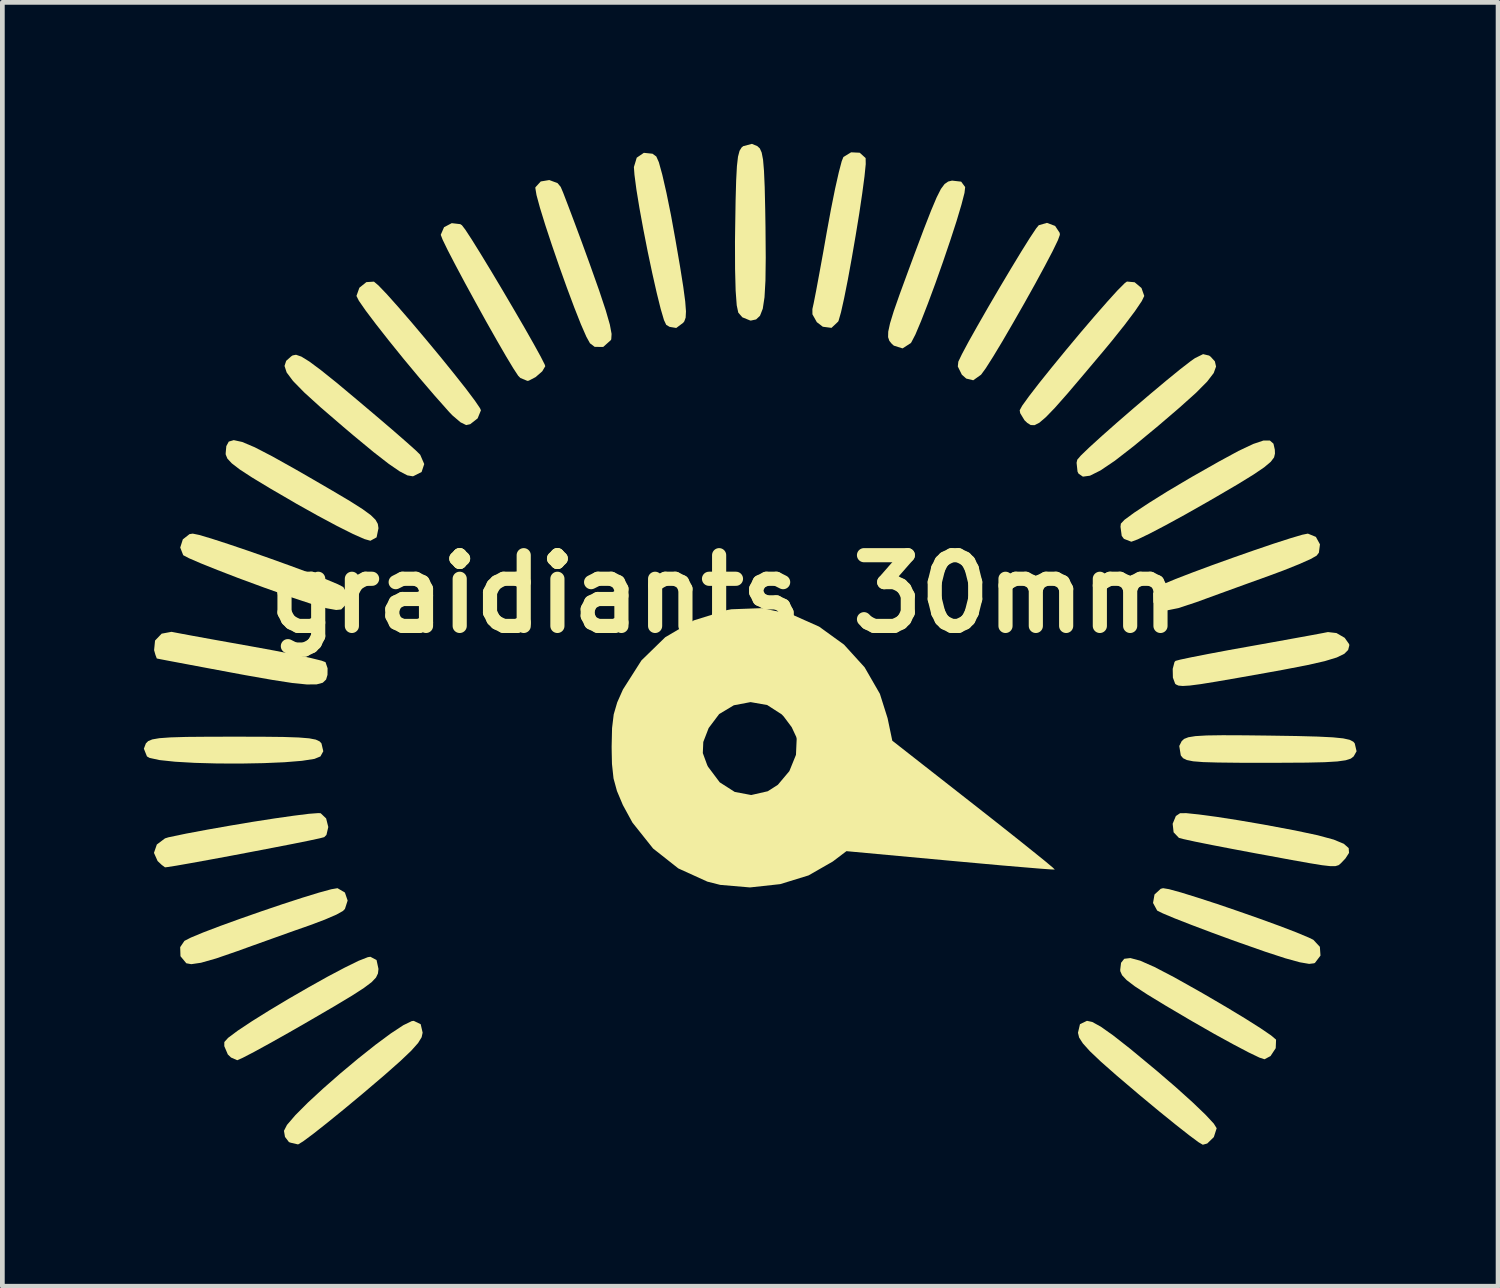
<source format=kicad_pcb>
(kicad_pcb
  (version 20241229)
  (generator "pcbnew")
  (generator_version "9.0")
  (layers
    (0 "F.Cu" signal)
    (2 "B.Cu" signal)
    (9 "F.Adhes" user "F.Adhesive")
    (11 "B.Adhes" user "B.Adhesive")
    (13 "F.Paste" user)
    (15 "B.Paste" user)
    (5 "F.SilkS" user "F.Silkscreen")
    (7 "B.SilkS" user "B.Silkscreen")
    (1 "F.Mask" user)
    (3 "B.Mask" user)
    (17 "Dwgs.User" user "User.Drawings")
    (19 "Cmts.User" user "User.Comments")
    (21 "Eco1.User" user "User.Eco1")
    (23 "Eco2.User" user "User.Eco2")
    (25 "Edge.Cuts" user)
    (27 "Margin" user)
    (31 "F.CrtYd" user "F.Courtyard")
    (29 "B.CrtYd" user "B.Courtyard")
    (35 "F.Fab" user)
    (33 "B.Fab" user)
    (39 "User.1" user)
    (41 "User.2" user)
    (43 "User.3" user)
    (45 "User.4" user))
  (footprint "graidiants 30mm"
    (layer "F.Cu")
    (at 12.303 9.542)
    (property "Reference" "graidiants 30mm" (at 0 0 0) (layer "F.SilkS") (effects (font (size 1.5 1.5) (thickness 0.3))))
    (attr board_only exclude_from_pos_files exclude_from_bom)
    (fp_poly (pts (xy -7.33 -6.541) (xy -7.151 -6.354) (xy -6.91 -6.084) (xy -6.626 -5.756) (xy -6.321 -5.394) (xy -6.013 -5.023) (xy -5.725 -4.667) (xy -5.475 -4.351) (xy -5.286 -4.099) (xy -5.176 -3.937) (xy -5.157 -3.893) (xy -5.227 -3.722) (xy -5.384 -3.599) (xy -5.47 -3.58) (xy -5.59 -3.639) (xy -5.762 -3.786) (xy -5.83 -3.857) (xy -6.138 -4.204) (xy -6.466 -4.587) (xy -6.795 -4.982) (xy -7.106 -5.367) (xy -7.38 -5.716) (xy -7.6 -6.007) (xy -7.745 -6.216) (xy -7.796 -6.318) (xy -7.734 -6.492) (xy -7.586 -6.611) (xy -7.425 -6.621)) (stroke (width 0) (type solid)) (fill yes) (layer "F.SilkS"))
    (fp_poly (pts (xy -11.131 -1.251) (xy -10.868 -1.173) (xy -10.511 -1.057) (xy -10.091 -0.915) (xy -9.641 -0.757) (xy -9.194 -0.596) (xy -8.781 -0.443) (xy -8.435 -0.309) (xy -8.188 -0.205) (xy -8.076 -0.147) (xy -7.978 0.019) (xy -8.005 0.21) (xy -8.119 0.329) (xy -8.226 0.34) (xy -8.428 0.304) (xy -8.74 0.215) (xy -9.178 0.07) (xy -9.757 -0.136) (xy -9.819 -0.159) (xy -10.307 -0.339) (xy -10.742 -0.507) (xy -11.098 -0.65) (xy -11.348 -0.758) (xy -11.466 -0.82) (xy -11.469 -0.822) (xy -11.532 -0.984) (xy -11.477 -1.157) (xy -11.336 -1.268) (xy -11.267 -1.279)) (stroke (width 0) (type solid)) (fill yes) (layer "F.SilkS"))
    (fp_poly (pts (xy -9.798 3.027) (xy -9.346 3.032) (xy -9.02 3.043) (xy -8.798 3.061) (xy -8.658 3.088) (xy -8.577 3.126) (xy -8.538 3.168) (xy -8.499 3.335) (xy -8.56 3.445) (xy -8.687 3.497) (xy -8.953 3.538) (xy -9.324 3.568) (xy -9.768 3.587) (xy -10.255 3.596) (xy -10.75 3.594) (xy -11.223 3.581) (xy -11.64 3.557) (xy -11.971 3.522) (xy -12.182 3.476) (xy -12.237 3.445) (xy -12.303 3.281) (xy -12.26 3.168) (xy -12.212 3.12) (xy -12.125 3.084) (xy -11.975 3.058) (xy -11.74 3.041) (xy -11.398 3.031) (xy -10.927 3.027) (xy -10.399 3.026)) (stroke (width 0) (type solid)) (fill yes) (layer "F.SilkS"))
    (fp_poly (pts (xy -8.964 -5.032) (xy -8.794 -4.927) (xy -8.548 -4.744) (xy -8.209 -4.472) (xy -7.781 -4.114) (xy -7.387 -3.781) (xy -7.033 -3.479) (xy -6.743 -3.226) (xy -6.539 -3.044) (xy -6.445 -2.952) (xy -6.359 -2.754) (xy -6.415 -2.585) (xy -6.592 -2.496) (xy -6.606 -2.495) (xy -6.717 -2.514) (xy -6.88 -2.599) (xy -7.113 -2.759) (xy -7.431 -3.006) (xy -7.851 -3.353) (xy -8.081 -3.548) (xy -8.554 -3.955) (xy -8.903 -4.272) (xy -9.14 -4.514) (xy -9.276 -4.696) (xy -9.321 -4.834) (xy -9.286 -4.942) (xy -9.181 -5.036) (xy -9.149 -5.057) (xy -9.077 -5.071)) (stroke (width 0) (type solid)) (fill yes) (layer "F.SilkS"))
    (fp_poly (pts (xy -3.533 -8.71) (xy -3.466 -8.63) (xy -3.413 -8.505) (xy -3.314 -8.247) (xy -3.178 -7.887) (xy -3.016 -7.451) (xy -2.852 -7) (xy -2.652 -6.437) (xy -2.511 -6.013) (xy -2.424 -5.711) (xy -2.387 -5.512) (xy -2.394 -5.399) (xy -2.403 -5.381) (xy -2.564 -5.237) (xy -2.745 -5.238) (xy -2.845 -5.314) (xy -2.922 -5.453) (xy -3.037 -5.716) (xy -3.178 -6.073) (xy -3.335 -6.493) (xy -3.497 -6.945) (xy -3.653 -7.398) (xy -3.793 -7.822) (xy -3.905 -8.185) (xy -3.979 -8.457) (xy -4.004 -8.608) (xy -4.002 -8.621) (xy -3.889 -8.745) (xy -3.708 -8.775)) (stroke (width 0) (type solid)) (fill yes) (layer "F.SilkS"))
    (fp_poly (pts (xy -1.519 -9.333) (xy -1.439 -9.274) (xy -1.385 -9.153) (xy -1.312 -8.888) (xy -1.224 -8.504) (xy -1.127 -8.026) (xy -1.034 -7.513) (xy -0.935 -6.938) (xy -0.867 -6.509) (xy -0.826 -6.201) (xy -0.81 -5.991) (xy -0.817 -5.858) (xy -0.846 -5.778) (xy -0.87 -5.748) (xy -1.016 -5.639) (xy -1.156 -5.662) (xy -1.228 -5.704) (xy -1.276 -5.805) (xy -1.346 -6.043) (xy -1.431 -6.386) (xy -1.525 -6.802) (xy -1.622 -7.261) (xy -1.714 -7.73) (xy -1.796 -8.178) (xy -1.861 -8.575) (xy -1.902 -8.887) (xy -1.914 -9.05) (xy -1.854 -9.249) (xy -1.703 -9.352)) (stroke (width 0) (type solid)) (fill yes) (layer "F.SilkS"))
    (fp_poly (pts (xy 7.803 9.074) (xy 7.983 9.173) (xy 8.245 9.358) (xy 8.603 9.639) (xy 9.069 10.025) (xy 9.162 10.102) (xy 9.577 10.459) (xy 9.93 10.777) (xy 10.204 11.04) (xy 10.38 11.229) (xy 10.441 11.327) (xy 10.381 11.515) (xy 10.241 11.651) (xy 10.147 11.677) (xy 10.057 11.624) (xy 9.859 11.477) (xy 9.574 11.253) (xy 9.223 10.969) (xy 8.829 10.642) (xy 8.779 10.6) (xy 8.324 10.213) (xy 7.988 9.917) (xy 7.753 9.694) (xy 7.604 9.528) (xy 7.525 9.405) (xy 7.501 9.306) (xy 7.501 9.301) (xy 7.543 9.121) (xy 7.691 9.05)) (stroke (width 0) (type solid)) (fill yes) (layer "F.SilkS"))
    (fp_poly (pts (xy 10.28 -5.054) (xy 10.314 -5.029) (xy 10.403 -4.931) (xy 10.428 -4.821) (xy 10.378 -4.683) (xy 10.24 -4.503) (xy 10.003 -4.264) (xy 9.654 -3.951) (xy 9.2 -3.562) (xy 8.687 -3.138) (xy 8.284 -2.825) (xy 7.977 -2.618) (xy 7.755 -2.507) (xy 7.605 -2.487) (xy 7.513 -2.55) (xy 7.491 -2.594) (xy 7.471 -2.781) (xy 7.486 -2.847) (xy 7.562 -2.935) (xy 7.744 -3.11) (xy 8.008 -3.35) (xy 8.328 -3.633) (xy 8.679 -3.937) (xy 9.036 -4.241) (xy 9.374 -4.524) (xy 9.667 -4.763) (xy 9.891 -4.936) (xy 9.979 -4.998) (xy 10.153 -5.084)) (stroke (width 0) (type solid)) (fill yes) (layer "F.SilkS"))
    (fp_poly (pts (xy 12.544 -1.21) (xy 12.631 -1.052) (xy 12.608 -0.874) (xy 12.56 -0.812) (xy 12.435 -0.741) (xy 12.188 -0.631) (xy 11.856 -0.498) (xy 11.549 -0.384) (xy 11.099 -0.222) (xy 10.625 -0.05) (xy 10.2 0.105) (xy 10.011 0.174) (xy 9.63 0.3) (xy 9.376 0.351) (xy 9.227 0.331) (xy 9.222 0.328) (xy 9.099 0.179) (xy 9.094 -0.013) (xy 9.184 -0.145) (xy 9.313 -0.21) (xy 9.57 -0.317) (xy 9.923 -0.453) (xy 10.34 -0.608) (xy 10.788 -0.769) (xy 11.236 -0.926) (xy 11.651 -1.067) (xy 12.002 -1.18) (xy 12.255 -1.255) (xy 12.375 -1.279)) (stroke (width 0) (type solid)) (fill yes) (layer "F.SilkS"))
    (fp_poly (pts (xy -8.555 4.649) (xy -8.439 4.759) (xy -8.393 4.941) (xy -8.432 5.108) (xy -8.48 5.156) (xy -8.576 5.181) (xy -8.809 5.231) (xy -9.146 5.299) (xy -9.558 5.379) (xy -10.011 5.466) (xy -10.475 5.554) (xy -10.918 5.636) (xy -11.309 5.707) (xy -11.617 5.761) (xy -11.809 5.791) (xy -11.855 5.796) (xy -11.925 5.744) (xy -12.012 5.662) (xy -12.089 5.489) (xy -12.028 5.312) (xy -11.855 5.182) (xy -11.781 5.159) (xy -11.407 5.081) (xy -10.964 4.998) (xy -10.482 4.913) (xy -9.994 4.831) (xy -9.531 4.759) (xy -9.123 4.701) (xy -8.804 4.661) (xy -8.603 4.646)) (stroke (width 0) (type solid)) (fill yes) (layer "F.SilkS"))
    (fp_poly (pts (xy -8.196 6.239) (xy -8.041 6.33) (xy -7.983 6.5) (xy -8.04 6.677) (xy -8.082 6.721) (xy -8.22 6.798) (xy -8.468 6.905) (xy -8.773 7.02) (xy -8.79 7.026) (xy -9.121 7.142) (xy -9.549 7.295) (xy -10.01 7.46) (xy -10.317 7.571) (xy -10.772 7.728) (xy -11.092 7.819) (xy -11.298 7.849) (xy -11.403 7.83) (xy -11.527 7.68) (xy -11.533 7.488) (xy -11.443 7.355) (xy -11.306 7.285) (xy -11.044 7.176) (xy -10.687 7.04) (xy -10.267 6.888) (xy -9.816 6.73) (xy -9.365 6.577) (xy -8.946 6.441) (xy -8.591 6.332) (xy -8.331 6.261) (xy -8.198 6.238)) (stroke (width 0) (type solid)) (fill yes) (layer "F.SilkS"))
    (fp_poly (pts (xy -6.434 9.122) (xy -6.393 9.301) (xy -6.414 9.398) (xy -6.489 9.52) (xy -6.633 9.682) (xy -6.863 9.901) (xy -7.193 10.193) (xy -7.64 10.574) (xy -7.671 10.6) (xy -8.069 10.931) (xy -8.425 11.22) (xy -8.718 11.451) (xy -8.927 11.606) (xy -9.031 11.669) (xy -9.035 11.67) (xy -9.19 11.634) (xy -9.227 11.621) (xy -9.311 11.511) (xy -9.333 11.382) (xy -9.269 11.257) (xy -9.092 11.051) (xy -8.828 10.786) (xy -8.501 10.484) (xy -8.137 10.165) (xy -7.76 9.85) (xy -7.395 9.56) (xy -7.067 9.317) (xy -6.801 9.142) (xy -6.623 9.056) (xy -6.581 9.051)) (stroke (width 0) (type solid)) (fill yes) (layer "F.SilkS"))
    (fp_poly (pts (xy 2.874 -9.354) (xy 2.997 -9.242) (xy 2.999 -9.236) (xy 3.001 -9.113) (xy 2.975 -8.854) (xy 2.927 -8.493) (xy 2.863 -8.061) (xy 2.786 -7.591) (xy 2.704 -7.115) (xy 2.622 -6.665) (xy 2.544 -6.273) (xy 2.477 -5.973) (xy 2.426 -5.795) (xy 2.417 -5.775) (xy 2.275 -5.641) (xy 2.091 -5.665) (xy 1.964 -5.762) (xy 1.871 -5.928) (xy 1.87 -6.039) (xy 1.898 -6.166) (xy 1.95 -6.431) (xy 2.019 -6.803) (xy 2.101 -7.252) (xy 2.174 -7.666) (xy 2.264 -8.155) (xy 2.351 -8.589) (xy 2.43 -8.939) (xy 2.492 -9.175) (xy 2.528 -9.264) (xy 2.691 -9.363)) (stroke (width 0) (type solid)) (fill yes) (layer "F.SilkS"))
    (fp_poly (pts (xy 7.016 -7.802) (xy 7.113 -7.655) (xy 7.117 -7.614) (xy 7.076 -7.501) (xy 6.964 -7.269) (xy 6.796 -6.949) (xy 6.59 -6.569) (xy 6.361 -6.159) (xy 6.125 -5.746) (xy 5.9 -5.359) (xy 5.701 -5.029) (xy 5.544 -4.782) (xy 5.446 -4.648) (xy 5.442 -4.645) (xy 5.28 -4.53) (xy 5.132 -4.566) (xy 5.039 -4.648) (xy 4.953 -4.822) (xy 4.964 -4.925) (xy 5.041 -5.085) (xy 5.183 -5.351) (xy 5.376 -5.694) (xy 5.6 -6.085) (xy 5.84 -6.495) (xy 6.079 -6.896) (xy 6.298 -7.257) (xy 6.482 -7.551) (xy 6.613 -7.748) (xy 6.669 -7.817) (xy 6.843 -7.867)) (stroke (width 0) (type solid)) (fill yes) (layer "F.SilkS"))
    (fp_poly (pts (xy 8.702 -6.608) (xy 8.847 -6.486) (xy 8.906 -6.318) (xy 8.853 -6.208) (xy 8.708 -5.994) (xy 8.489 -5.703) (xy 8.216 -5.361) (xy 8.047 -5.157) (xy 7.612 -4.641) (xy 7.273 -4.242) (xy 7.015 -3.95) (xy 6.822 -3.75) (xy 6.682 -3.63) (xy 6.578 -3.578) (xy 6.498 -3.581) (xy 6.427 -3.625) (xy 6.367 -3.682) (xy 6.276 -3.832) (xy 6.265 -3.894) (xy 6.318 -3.991) (xy 6.463 -4.192) (xy 6.679 -4.472) (xy 6.948 -4.807) (xy 7.247 -5.172) (xy 7.556 -5.542) (xy 7.856 -5.893) (xy 8.126 -6.201) (xy 8.344 -6.441) (xy 8.492 -6.589) (xy 8.539 -6.623)) (stroke (width 0) (type solid)) (fill yes) (layer "F.SilkS"))
    (fp_poly (pts (xy 8.82 7.775) (xy 9.123 7.909) (xy 9.536 8.124) (xy 10.074 8.426) (xy 10.196 8.496) (xy 10.647 8.76) (xy 11.046 9.001) (xy 11.37 9.206) (xy 11.594 9.359) (xy 11.697 9.446) (xy 11.7 9.451) (xy 11.693 9.63) (xy 11.583 9.797) (xy 11.455 9.865) (xy 11.348 9.83) (xy 11.119 9.72) (xy 10.792 9.548) (xy 10.391 9.328) (xy 9.942 9.071) (xy 9.866 9.027) (xy 9.354 8.725) (xy 8.973 8.493) (xy 8.705 8.318) (xy 8.532 8.186) (xy 8.436 8.084) (xy 8.398 7.999) (xy 8.396 7.968) (xy 8.414 7.82) (xy 8.481 7.735) (xy 8.611 7.719)) (stroke (width 0) (type solid)) (fill yes) (layer "F.SilkS"))
    (fp_poly (pts (xy 9.431 6.259) (xy 9.686 6.329) (xy 10.036 6.438) (xy 10.452 6.573) (xy 10.9 6.726) (xy 11.35 6.884) (xy 11.77 7.037) (xy 12.128 7.174) (xy 12.393 7.285) (xy 12.49 7.332) (xy 12.629 7.481) (xy 12.642 7.667) (xy 12.526 7.82) (xy 12.508 7.83) (xy 12.402 7.843) (xy 12.204 7.809) (xy 11.896 7.724) (xy 11.465 7.583) (xy 10.893 7.382) (xy 10.825 7.358) (xy 10.339 7.18) (xy 9.905 7.016) (xy 9.549 6.877) (xy 9.299 6.772) (xy 9.182 6.714) (xy 9.18 6.713) (xy 9.092 6.551) (xy 9.123 6.372) (xy 9.255 6.251) (xy 9.305 6.238)) (stroke (width 0) (type solid)) (fill yes) (layer "F.SilkS"))
    (fp_poly (pts (xy -11.692 0.808) (xy -11.55 0.835) (xy -11.271 0.887) (xy -10.887 0.957) (xy -10.429 1.039) (xy -10.015 1.113) (xy -9.529 1.202) (xy -9.101 1.286) (xy -8.76 1.359) (xy -8.534 1.415) (xy -8.452 1.446) (xy -8.408 1.576) (xy -8.41 1.716) (xy -8.44 1.815) (xy -8.51 1.882) (xy -8.639 1.917) (xy -8.848 1.919) (xy -9.156 1.888) (xy -9.582 1.822) (xy -10.145 1.723) (xy -10.484 1.66) (xy -10.971 1.569) (xy -11.396 1.489) (xy -11.731 1.426) (xy -11.951 1.384) (xy -12.029 1.368) (xy -12.057 1.294) (xy -12.086 1.192) (xy -12.066 0.988) (xy -11.926 0.842) (xy -11.718 0.803)) (stroke (width 0) (type solid)) (fill yes) (layer "F.SilkS"))
    (fp_poly (pts (xy 0.703 -9.494) (xy 0.756 -9.445) (xy 0.795 -9.357) (xy 0.824 -9.207) (xy 0.844 -8.971) (xy 0.859 -8.626) (xy 0.87 -8.15) (xy 0.876 -7.766) (xy 0.881 -7.13) (xy 0.875 -6.644) (xy 0.855 -6.29) (xy 0.818 -6.047) (xy 0.759 -5.897) (xy 0.677 -5.82) (xy 0.567 -5.796) (xy 0.554 -5.796) (xy 0.385 -5.865) (xy 0.299 -5.964) (xy 0.266 -6.119) (xy 0.243 -6.43) (xy 0.231 -6.885) (xy 0.229 -7.469) (xy 0.233 -7.766) (xy 0.242 -8.339) (xy 0.254 -8.766) (xy 0.27 -9.068) (xy 0.293 -9.27) (xy 0.326 -9.395) (xy 0.37 -9.466) (xy 0.405 -9.494) (xy 0.588 -9.542)) (stroke (width 0) (type solid)) (fill yes) (layer "F.SilkS"))
    (fp_poly (pts (xy 11.645 -3.186) (xy 11.674 -3.058) (xy 11.677 -2.976) (xy 11.658 -2.895) (xy 11.588 -2.802) (xy 11.449 -2.685) (xy 11.222 -2.531) (xy 10.889 -2.326) (xy 10.431 -2.058) (xy 10.23 -1.942) (xy 9.775 -1.684) (xy 9.362 -1.458) (xy 9.018 -1.278) (xy 8.767 -1.157) (xy 8.635 -1.108) (xy 8.629 -1.108) (xy 8.475 -1.168) (xy 8.428 -1.231) (xy 8.402 -1.424) (xy 8.41 -1.491) (xy 8.489 -1.574) (xy 8.695 -1.725) (xy 9.004 -1.929) (xy 9.393 -2.172) (xy 9.839 -2.437) (xy 9.925 -2.487) (xy 10.478 -2.801) (xy 10.902 -3.031) (xy 11.214 -3.179) (xy 11.431 -3.252) (xy 11.569 -3.252)) (stroke (width 0) (type solid)) (fill yes) (layer "F.SilkS"))
    (fp_poly (pts (xy -10.218 -3.222) (xy -9.953 -3.11) (xy -9.582 -2.918) (xy -9.092 -2.644) (xy -8.817 -2.486) (xy -8.311 -2.192) (xy -7.933 -1.968) (xy -7.667 -1.799) (xy -7.492 -1.671) (xy -7.391 -1.571) (xy -7.343 -1.485) (xy -7.33 -1.399) (xy -7.33 -1.389) (xy -7.369 -1.2) (xy -7.5 -1.128) (xy -7.501 -1.128) (xy -7.625 -1.163) (xy -7.87 -1.271) (xy -8.21 -1.442) (xy -8.619 -1.661) (xy -9.073 -1.915) (xy -9.12 -1.943) (xy -9.629 -2.239) (xy -10.006 -2.467) (xy -10.27 -2.639) (xy -10.439 -2.769) (xy -10.532 -2.869) (xy -10.567 -2.953) (xy -10.569 -2.979) (xy -10.555 -3.134) (xy -10.503 -3.23) (xy -10.397 -3.261)) (stroke (width 0) (type solid)) (fill yes) (layer "F.SilkS"))
    (fp_poly (pts (xy -7.37 7.761) (xy -7.33 7.946) (xy -7.33 7.957) (xy -7.34 8.046) (xy -7.382 8.133) (xy -7.475 8.231) (xy -7.639 8.354) (xy -7.893 8.518) (xy -8.256 8.736) (xy -8.747 9.022) (xy -8.779 9.041) (xy -9.23 9.3) (xy -9.634 9.527) (xy -9.966 9.709) (xy -10.203 9.832) (xy -10.319 9.884) (xy -10.324 9.885) (xy -10.455 9.828) (xy -10.523 9.763) (xy -10.598 9.587) (xy -10.597 9.499) (xy -10.516 9.41) (xy -10.312 9.258) (xy -10.012 9.059) (xy -9.644 8.829) (xy -9.235 8.584) (xy -8.814 8.341) (xy -8.408 8.114) (xy -8.045 7.922) (xy -7.752 7.778) (xy -7.556 7.701) (xy -7.501 7.692)) (stroke (width 0) (type solid)) (fill yes) (layer "F.SilkS"))
    (fp_poly (pts (xy -5.595 -7.84) (xy -5.56 -7.817) (xy -5.488 -7.723) (xy -5.349 -7.51) (xy -5.16 -7.206) (xy -4.937 -6.839) (xy -4.697 -6.437) (xy -4.456 -6.027) (xy -4.229 -5.637) (xy -4.035 -5.295) (xy -3.888 -5.028) (xy -3.805 -4.864) (xy -3.793 -4.828) (xy -3.857 -4.72) (xy -3.998 -4.597) (xy -4.142 -4.522) (xy -4.172 -4.517) (xy -4.32 -4.578) (xy -4.366 -4.624) (xy -4.466 -4.776) (xy -4.623 -5.036) (xy -4.82 -5.377) (xy -5.042 -5.769) (xy -5.272 -6.185) (xy -5.496 -6.595) (xy -5.697 -6.972) (xy -5.86 -7.286) (xy -5.969 -7.51) (xy -6.009 -7.614) (xy -6.009 -7.614) (xy -5.939 -7.775) (xy -5.776 -7.861)) (stroke (width 0) (type solid)) (fill yes) (layer "F.SilkS"))
    (fp_poly (pts (xy 5.024 -8.741) (xy 5.109 -8.626) (xy 5.095 -8.503) (xy 5.03 -8.252) (xy 4.926 -7.903) (xy 4.791 -7.488) (xy 4.638 -7.038) (xy 4.477 -6.583) (xy 4.318 -6.154) (xy 4.173 -5.782) (xy 4.053 -5.498) (xy 3.967 -5.333) (xy 3.956 -5.318) (xy 3.782 -5.206) (xy 3.597 -5.264) (xy 3.554 -5.302) (xy 3.502 -5.365) (xy 3.475 -5.444) (xy 3.478 -5.561) (xy 3.516 -5.737) (xy 3.595 -5.995) (xy 3.721 -6.355) (xy 3.899 -6.84) (xy 4.033 -7.202) (xy 4.233 -7.735) (xy 4.387 -8.129) (xy 4.504 -8.406) (xy 4.595 -8.586) (xy 4.673 -8.691) (xy 4.748 -8.743) (xy 4.83 -8.763) (xy 4.831 -8.763)) (stroke (width 0) (type solid)) (fill yes) (layer "F.SilkS"))
    (fp_poly (pts (xy 10.064 4.675) (xy 10.444 4.726) (xy 10.905 4.798) (xy 11.419 4.886) (xy 11.468 4.895) (xy 12.103 5.014) (xy 12.583 5.116) (xy 12.923 5.208) (xy 13.137 5.297) (xy 13.24 5.388) (xy 13.247 5.49) (xy 13.171 5.608) (xy 13.12 5.662) (xy 13.071 5.713) (xy 13.026 5.75) (xy 12.96 5.77) (xy 12.852 5.771) (xy 12.677 5.751) (xy 12.413 5.708) (xy 12.036 5.641) (xy 11.524 5.546) (xy 11.282 5.502) (xy 10.788 5.409) (xy 10.347 5.324) (xy 9.988 5.252) (xy 9.741 5.198) (xy 9.641 5.172) (xy 9.528 5.053) (xy 9.508 4.872) (xy 9.576 4.708) (xy 9.664 4.649) (xy 9.795 4.647)) (stroke (width 0) (type solid)) (fill yes) (layer "F.SilkS"))
    (fp_poly (pts (xy 11.036 2.997) (xy 11.54 3.003) (xy 12.136 3.012) (xy 12.583 3.024) (xy 12.905 3.04) (xy 13.123 3.062) (xy 13.259 3.092) (xy 13.337 3.132) (xy 13.368 3.168) (xy 13.407 3.335) (xy 13.345 3.445) (xy 13.285 3.491) (xy 13.177 3.526) (xy 13 3.551) (xy 12.731 3.567) (xy 12.348 3.576) (xy 11.827 3.579) (xy 11.499 3.58) (xy 10.911 3.579) (xy 10.471 3.574) (xy 10.155 3.565) (xy 9.942 3.548) (xy 9.808 3.521) (xy 9.73 3.483) (xy 9.687 3.432) (xy 9.68 3.421) (xy 9.648 3.223) (xy 9.699 3.121) (xy 9.751 3.073) (xy 9.841 3.038) (xy 9.991 3.014) (xy 10.226 3) (xy 10.566 2.995)) (stroke (width 0) (type solid)) (fill yes) (layer "F.SilkS"))
    (fp_poly (pts (xy 12.981 0.829) (xy 13.155 0.93) (xy 13.25 1.065) (xy 13.253 1.093) (xy 13.228 1.188) (xy 13.146 1.27) (xy 12.987 1.347) (xy 12.73 1.425) (xy 12.355 1.51) (xy 11.843 1.609) (xy 11.495 1.672) (xy 10.892 1.779) (xy 10.435 1.858) (xy 10.102 1.912) (xy 9.871 1.942) (xy 9.722 1.951) (xy 9.631 1.943) (xy 9.579 1.919) (xy 9.561 1.904) (xy 9.513 1.774) (xy 9.509 1.589) (xy 9.547 1.443) (xy 9.569 1.419) (xy 9.67 1.392) (xy 9.911 1.341) (xy 10.263 1.272) (xy 10.699 1.19) (xy 11.124 1.114) (xy 11.62 1.025) (xy 12.067 0.944) (xy 12.436 0.877) (xy 12.693 0.829) (xy 12.8 0.808)) (stroke (width 0) (type solid)) (fill yes) (layer "F.SilkS"))
    (fp_poly (pts (xy 1.423 0.43) (xy 2.013 0.693) (xy 2.54 1.074) (xy 2.977 1.555) (xy 3.301 2.117) (xy 3.464 2.633) (xy 3.564 3.111) (xy 5.297 4.468) (xy 5.763 4.834) (xy 6.18 5.164) (xy 6.53 5.444) (xy 6.797 5.659) (xy 6.962 5.797) (xy 7.01 5.843) (xy 6.923 5.84) (xy 6.689 5.823) (xy 6.331 5.793) (xy 5.87 5.754) (xy 5.33 5.705) (xy 4.79 5.656) (xy 2.592 5.453) (xy 2.302 5.673) (xy 1.789 5.967) (xy 1.188 6.152) (xy 0.547 6.222) (xy -0.084 6.168) (xy -0.356 6.099) (xy -0.972 5.819) (xy -1.507 5.397) (xy -1.945 4.847) (xy -2.148 4.475) (xy -2.273 4.178) (xy -2.346 3.911) (xy -2.379 3.604) (xy -2.384 3.374) (xy -0.453 3.374) (xy -0.36 3.628) (xy -0.343 3.662) (xy -0.094 3.994) (xy 0.223 4.197) (xy 0.573 4.263) (xy 0.924 4.183) (xy 1.138 4.046) (xy 1.382 3.756) (xy 1.522 3.411) (xy 1.537 3.072) (xy 1.528 3.031) (xy 1.431 2.824) (xy 1.262 2.598) (xy 1.219 2.553) (xy 0.912 2.355) (xy 0.559 2.293) (xy 0.205 2.36) (xy -0.106 2.546) (xy -0.329 2.843) (xy -0.443 3.138) (xy -0.453 3.374) (xy -2.384 3.374) (xy -2.386 3.239) (xy -2.377 2.844) (xy -2.342 2.553) (xy -2.268 2.3) (xy -2.146 2.025) (xy -1.754 1.409) (xy -1.25 0.918) (xy -0.643 0.56) (xy 0.056 0.343) (xy 0.152 0.325) (xy 0.794 0.301)) (stroke (width 0) (type solid)) (fill yes) (layer "F.SilkS")))
  (gr_rect
    (start -3 -3)
    (end 28.71 24.219)
    (stroke (width 0.1) (type default))
    (fill no)
    (layer "Edge.Cuts")))
</source>
